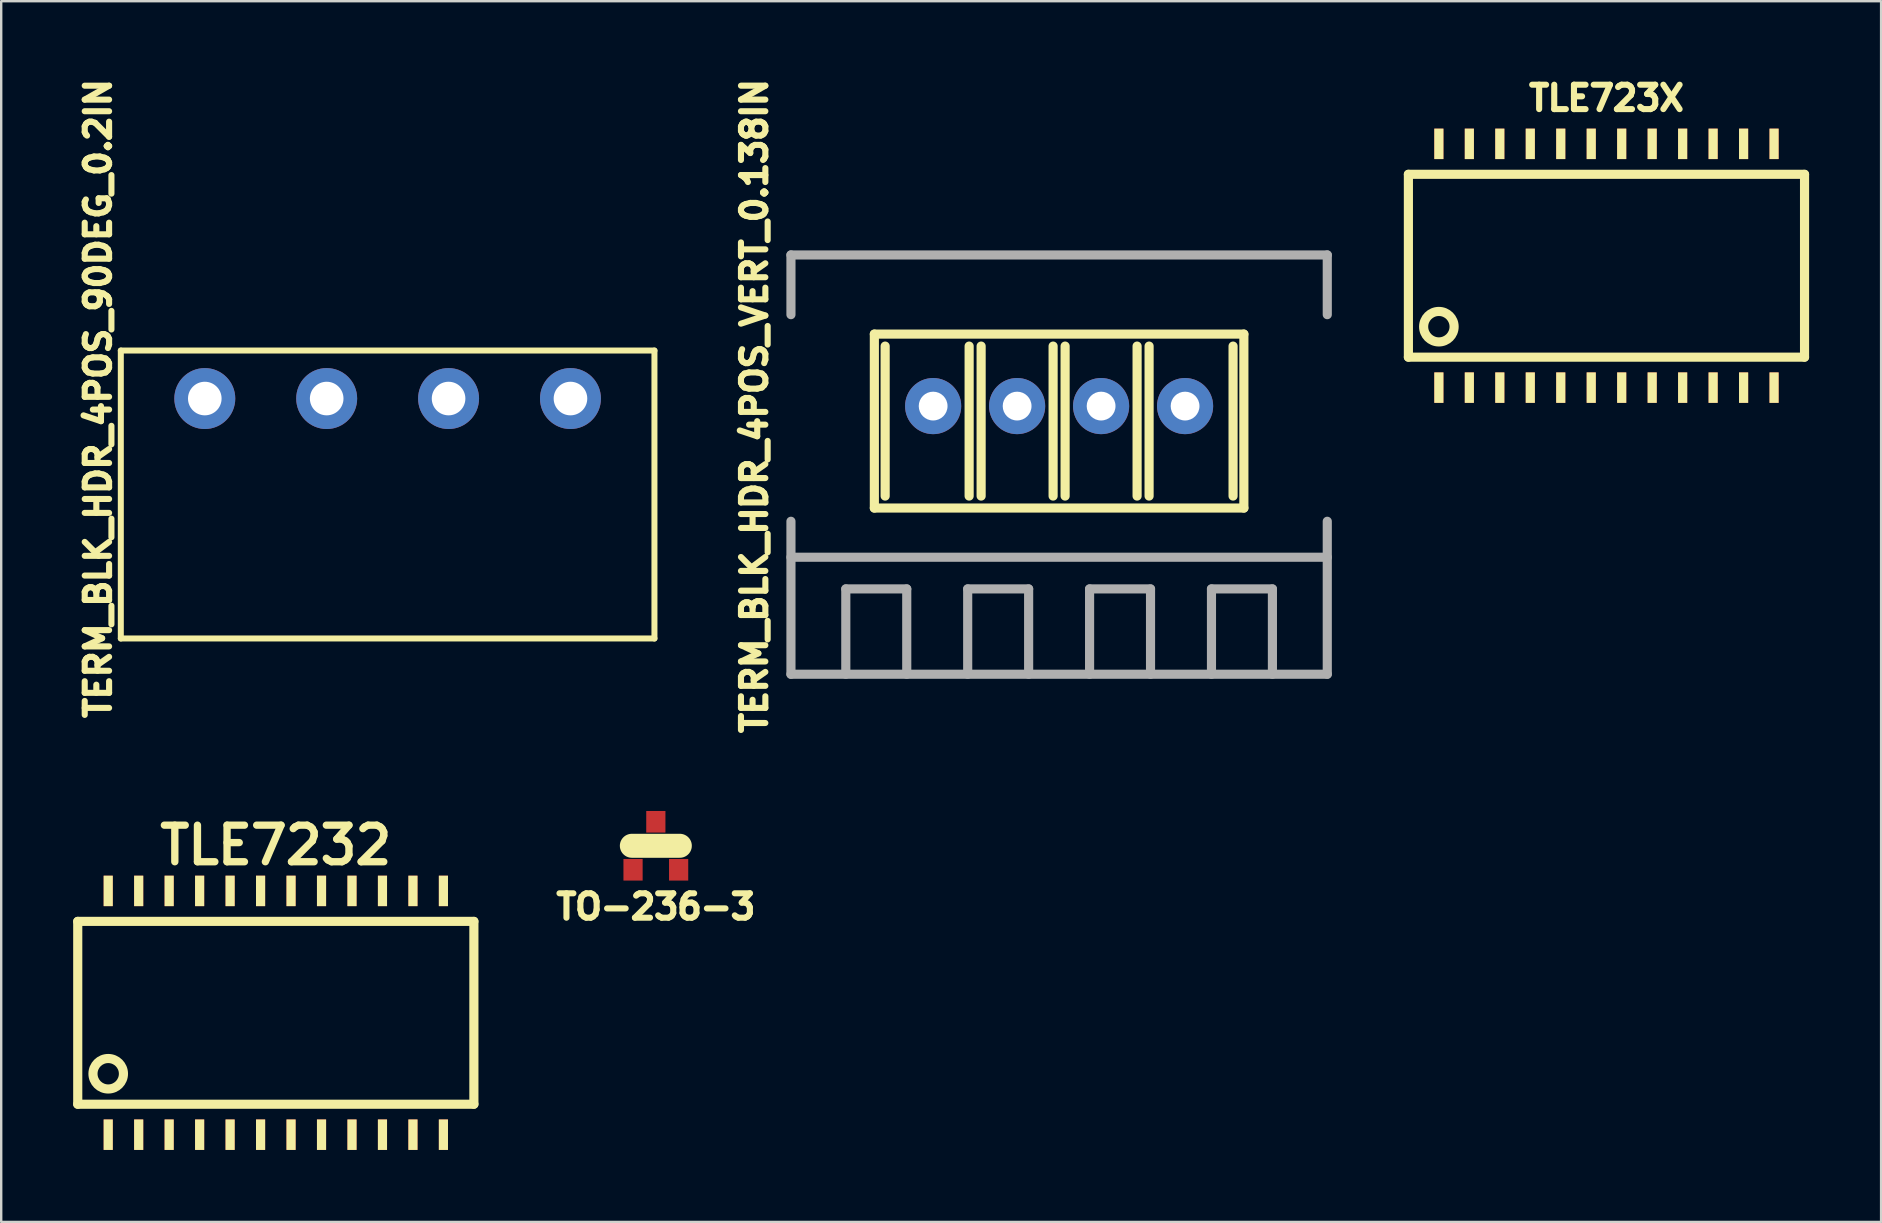
<source format=kicad_pcb>
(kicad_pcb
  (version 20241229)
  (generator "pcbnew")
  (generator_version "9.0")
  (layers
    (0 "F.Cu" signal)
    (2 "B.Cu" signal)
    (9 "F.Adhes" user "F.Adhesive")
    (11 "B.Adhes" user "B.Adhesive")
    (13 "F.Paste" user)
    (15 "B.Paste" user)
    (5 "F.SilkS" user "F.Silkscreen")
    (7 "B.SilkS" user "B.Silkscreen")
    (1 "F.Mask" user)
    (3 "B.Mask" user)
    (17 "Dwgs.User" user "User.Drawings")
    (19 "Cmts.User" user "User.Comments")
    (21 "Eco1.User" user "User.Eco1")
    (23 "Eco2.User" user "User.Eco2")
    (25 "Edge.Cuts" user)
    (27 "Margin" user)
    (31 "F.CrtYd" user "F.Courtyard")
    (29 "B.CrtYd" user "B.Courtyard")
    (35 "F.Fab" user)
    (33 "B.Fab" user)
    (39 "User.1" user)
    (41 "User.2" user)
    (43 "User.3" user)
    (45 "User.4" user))
  (footprint "TLE7232"
    (layer "F.Cu")
    (at 8.445 39.16)
    (property "Reference" "TLE7232" (at 0 -6.985 0) (layer "F.SilkS") (effects (font (size 1.524 1.524) (thickness 0.305))))
    (attr through_hole)
    (fp_line (start -8.255 -3.81) (end -8.255 3.81) (stroke (width 0.381) (type solid)) (layer "F.SilkS"))
    (fp_line (start -8.255 3.81) (end 8.255 3.81) (stroke (width 0.381) (type solid)) (layer "F.SilkS"))
    (fp_line (start 8.255 -3.81) (end -8.255 -3.81) (stroke (width 0.381) (type solid)) (layer "F.SilkS"))
    (fp_line (start 8.255 3.81) (end 8.255 -3.81) (stroke (width 0.381) (type solid)) (layer "F.SilkS"))
    (fp_circle (center -6.985 2.54) (end -6.985 1.905) (stroke (width 0.381) (type solid)) (fill no) (layer "F.SilkS"))
    (pad "1" smd rect (at -6.985 5.08) (size 0.381 1.27) (layers "F.Cu" "F.Mask" "F.SilkS" "F.Paste"))
    (pad "2" smd rect (at -5.715 5.08) (size 0.381 1.27) (layers "F.Cu" "F.Mask" "F.SilkS" "F.Paste"))
    (pad "3" smd rect (at -4.445 5.08) (size 0.381 1.27) (layers "F.Cu" "F.Mask" "F.SilkS" "F.Paste"))
    (pad "4" smd rect (at -3.175 5.08) (size 0.381 1.27) (layers "F.Cu" "F.Mask" "F.SilkS" "F.Paste"))
    (pad "5" smd rect (at -1.905 5.08) (size 0.381 1.27) (layers "F.Cu" "F.Mask" "F.SilkS" "F.Paste"))
    (pad "6" smd rect (at -0.635 5.08) (size 0.381 1.27) (layers "F.Cu" "F.Mask" "F.SilkS" "F.Paste"))
    (pad "7" smd rect (at 0.635 5.08) (size 0.381 1.27) (layers "F.Cu" "F.Mask" "F.SilkS" "F.Paste"))
    (pad "8" smd rect (at 1.905 5.08) (size 0.381 1.27) (layers "F.Cu" "F.Mask" "F.SilkS" "F.Paste"))
    (pad "9" smd rect (at 3.175 5.08) (size 0.381 1.27) (layers "F.Cu" "F.Mask" "F.SilkS" "F.Paste"))
    (pad "10" smd rect (at 4.445 5.08) (size 0.381 1.27) (layers "F.Cu" "F.Mask" "F.SilkS" "F.Paste"))
    (pad "11" smd rect (at 5.715 5.08) (size 0.381 1.27) (layers "F.Cu" "F.Mask" "F.SilkS" "F.Paste"))
    (pad "12" smd rect (at 6.985 5.08) (size 0.381 1.27) (layers "F.Cu" "F.Mask" "F.SilkS" "F.Paste"))
    (pad "13" smd rect (at 6.985 -5.08) (size 0.381 1.27) (layers "F.Cu" "F.Mask" "F.SilkS" "F.Paste"))
    (pad "14" smd rect (at 5.715 -5.08) (size 0.381 1.27) (layers "F.Cu" "F.Mask" "F.SilkS" "F.Paste"))
    (pad "15" smd rect (at 4.445 -5.08) (size 0.381 1.27) (layers "F.Cu" "F.Mask" "F.SilkS" "F.Paste"))
    (pad "16" smd rect (at 3.175 -5.08) (size 0.381 1.27) (layers "F.Cu" "F.Mask" "F.SilkS" "F.Paste"))
    (pad "17" smd rect (at 1.905 -5.08) (size 0.381 1.27) (layers "F.Cu" "F.Mask" "F.SilkS" "F.Paste"))
    (pad "18" smd rect (at 0.635 -5.08) (size 0.381 1.27) (layers "F.Cu" "F.Mask" "F.SilkS" "F.Paste"))
    (pad "19" smd rect (at -0.635 -5.08) (size 0.381 1.27) (layers "F.Cu" "F.Mask" "F.SilkS" "F.Paste"))
    (pad "20" smd rect (at -1.905 -5.08) (size 0.381 1.27) (layers "F.Cu" "F.Mask" "F.SilkS" "F.Paste"))
    (pad "21" smd rect (at -3.175 -5.08) (size 0.381 1.27) (layers "F.Cu" "F.Mask" "F.SilkS" "F.Paste"))
    (pad "22" smd rect (at -4.445 -5.08) (size 0.381 1.27) (layers "F.Cu" "F.Mask" "F.SilkS" "F.Paste"))
    (pad "23" smd rect (at -5.715 -5.08) (size 0.381 1.27) (layers "F.Cu" "F.Mask" "F.SilkS" "F.Paste"))
    (pad "24" smd rect (at -6.985 -5.08) (size 0.381 1.27) (layers "F.Cu" "F.Mask" "F.SilkS" "F.Paste")))
  (footprint "TERM_BLK_HDR_4POS_VERT_0.138IN"
    (layer "F.Cu")
    (at 41.09 13.874)
    (property "Reference" "TERM_BLK_HDR_4POS_VERT_0.138IN" (at -12.7 0 90) (layer "F.SilkS") (effects (font (size 1.016 1.016) (thickness 0.254))))
    (attr through_hole)
    (fp_line (start -7.7 -3) (end -7.7 4.25) (stroke (width 0.381) (type solid)) (layer "F.SilkS"))
    (fp_line (start -7.25 -2.5) (end -7.25 3.75) (stroke (width 0.381) (type solid)) (layer "F.SilkS"))
    (fp_line (start -3.75 -2.5) (end -3.75 3.75) (stroke (width 0.381) (type solid)) (layer "F.SilkS"))
    (fp_line (start -3.25 -2.5) (end -3.25 3.75) (stroke (width 0.381) (type solid)) (layer "F.SilkS"))
    (fp_line (start -0.25 -2.5) (end -0.25 3.75) (stroke (width 0.381) (type solid)) (layer "F.SilkS"))
    (fp_line (start 0.25 -2.5) (end 0.25 3.75) (stroke (width 0.381) (type solid)) (layer "F.SilkS"))
    (fp_line (start 3.25 -2.5) (end 3.25 3.75) (stroke (width 0.381) (type solid)) (layer "F.SilkS"))
    (fp_line (start 3.75 -2.5) (end 3.75 3.75) (stroke (width 0.381) (type solid)) (layer "F.SilkS"))
    (fp_line (start 7.25 -2.5) (end 7.25 3.75) (stroke (width 0.381) (type solid)) (layer "F.SilkS"))
    (fp_line (start 7.7 -3) (end -7.7 -3) (stroke (width 0.381) (type solid)) (layer "F.SilkS"))
    (fp_line (start 7.7 -3) (end 7.7 4.25) (stroke (width 0.381) (type solid)) (layer "F.SilkS"))
    (fp_line (start 7.7 4.25) (end -7.7 4.25) (stroke (width 0.381) (type solid)) (layer "F.SilkS"))
    (fp_line (start -11.176 -6.299) (end 11.176 -6.299) (stroke (width 0.381) (type solid)) (layer "F.Fab"))
    (fp_line (start -11.176 -3.81) (end -11.176 -6.299) (stroke (width 0.381) (type solid)) (layer "F.Fab"))
    (fp_line (start -11.176 6.299) (end 11.176 6.299) (stroke (width 0.381) (type solid)) (layer "F.Fab"))
    (fp_line (start -11.176 11.176) (end -11.176 4.801) (stroke (width 0.381) (type solid)) (layer "F.Fab"))
    (fp_line (start -8.89 7.62) (end -8.89 11.176) (stroke (width 0.381) (type solid)) (layer "F.Fab"))
    (fp_line (start -8.89 7.62) (end -6.35 7.62) (stroke (width 0.381) (type solid)) (layer "F.Fab"))
    (fp_line (start -6.35 7.62) (end -6.35 11.176) (stroke (width 0.381) (type solid)) (layer "F.Fab"))
    (fp_line (start -3.81 7.62) (end -3.81 11.176) (stroke (width 0.381) (type solid)) (layer "F.Fab"))
    (fp_line (start -1.27 7.62) (end -3.81 7.62) (stroke (width 0.381) (type solid)) (layer "F.Fab"))
    (fp_line (start -1.27 11.176) (end -1.27 7.62) (stroke (width 0.381) (type solid)) (layer "F.Fab"))
    (fp_line (start 1.27 7.62) (end 3.81 7.62) (stroke (width 0.381) (type solid)) (layer "F.Fab"))
    (fp_line (start 1.27 11.176) (end 1.27 7.62) (stroke (width 0.381) (type solid)) (layer "F.Fab"))
    (fp_line (start 3.81 7.62) (end 3.81 11.176) (stroke (width 0.381) (type solid)) (layer "F.Fab"))
    (fp_line (start 6.35 7.62) (end 6.35 11.176) (stroke (width 0.381) (type solid)) (layer "F.Fab"))
    (fp_line (start 6.35 7.62) (end 8.89 7.62) (stroke (width 0.381) (type solid)) (layer "F.Fab"))
    (fp_line (start 8.89 7.62) (end 8.89 11.176) (stroke (width 0.381) (type solid)) (layer "F.Fab"))
    (fp_line (start 11.176 -3.81) (end 11.176 -6.299) (stroke (width 0.381) (type solid)) (layer "F.Fab"))
    (fp_line (start 11.176 4.801) (end 11.176 11.176) (stroke (width 0.381) (type solid)) (layer "F.Fab"))
    (fp_line (start 11.176 11.176) (end -11.176 11.176) (stroke (width 0.381) (type solid)) (layer "F.Fab"))
    (pad "1" thru_hole circle (at 5.25 0) (size 2.34 2.34) (drill 1.2) (layers "*.Cu" "*.Mask"))
    (pad "2" thru_hole circle (at 1.75 0) (size 2.34 2.34) (drill 1.2) (layers "*.Cu" "*.Mask"))
    (pad "3" thru_hole circle (at -1.75 0) (size 2.34 2.34) (drill 1.2) (layers "*.Cu" "*.Mask"))
    (pad "4" thru_hole circle (at -5.25 0) (size 2.34 2.34) (drill 1.2) (layers "*.Cu" "*.Mask")))
  (footprint "TO-236-3"
    (layer "F.Cu")
    (at 24.283 32.199)
    (property "Reference" "TO-236-3" (at 0 2.54 0) (layer "F.SilkS") (effects (font (size 1.016 1.016) (thickness 0.254))))
    (attr through_hole)
    (fp_line (start -1 0) (end 1 0) (stroke (width 1) (type solid)) (layer "F.SilkS"))
    (pad "1" smd rect (at -0.95 1) (size 0.8 0.9) (layers "F.Cu" "F.Mask"))
    (pad "2" smd rect (at 0.95 1) (size 0.8 0.9) (layers "F.Cu" "F.Mask"))
    (pad "3" smd rect (at 0 -1) (size 0.8 0.9) (layers "F.Cu" "F.Mask")))
  (footprint "TLE723X"
    (layer "F.Cu")
    (at 63.902 8.025)
    (property "Reference" "TLE723X" (at 0 -6.985 0) (layer "F.SilkS") (effects (font (size 1.016 1.016) (thickness 0.254))))
    (attr through_hole)
    (fp_line (start -8.255 -3.81) (end -8.255 3.81) (stroke (width 0.381) (type solid)) (layer "F.SilkS"))
    (fp_line (start -8.255 3.81) (end 8.255 3.81) (stroke (width 0.381) (type solid)) (layer "F.SilkS"))
    (fp_line (start 8.255 -3.81) (end -8.255 -3.81) (stroke (width 0.381) (type solid)) (layer "F.SilkS"))
    (fp_line (start 8.255 3.81) (end 8.255 -3.81) (stroke (width 0.381) (type solid)) (layer "F.SilkS"))
    (fp_circle (center -6.985 2.54) (end -6.985 1.905) (stroke (width 0.381) (type solid)) (fill no) (layer "F.SilkS"))
    (pad "1" smd rect (at -6.985 5.08) (size 0.381 1.27) (layers "F.Cu" "F.Mask" "F.SilkS" "F.Paste"))
    (pad "2" smd rect (at -5.715 5.08) (size 0.381 1.27) (layers "F.Cu" "F.Mask" "F.SilkS" "F.Paste"))
    (pad "3" smd rect (at -4.445 5.08) (size 0.381 1.27) (layers "F.Cu" "F.Mask" "F.SilkS" "F.Paste"))
    (pad "4" smd rect (at -3.175 5.08) (size 0.381 1.27) (layers "F.Cu" "F.Mask" "F.SilkS" "F.Paste"))
    (pad "5" smd rect (at -1.905 5.08) (size 0.381 1.27) (layers "F.Cu" "F.Mask" "F.SilkS" "F.Paste"))
    (pad "6" smd rect (at -0.635 5.08) (size 0.381 1.27) (layers "F.Cu" "F.Mask" "F.SilkS" "F.Paste"))
    (pad "7" smd rect (at 0.635 5.08) (size 0.381 1.27) (layers "F.Cu" "F.Mask" "F.SilkS" "F.Paste"))
    (pad "8" smd rect (at 1.905 5.08) (size 0.381 1.27) (layers "F.Cu" "F.Mask" "F.SilkS" "F.Paste"))
    (pad "9" smd rect (at 3.175 5.08) (size 0.381 1.27) (layers "F.Cu" "F.Mask" "F.SilkS" "F.Paste"))
    (pad "10" smd rect (at 4.445 5.08) (size 0.381 1.27) (layers "F.Cu" "F.Mask" "F.SilkS" "F.Paste"))
    (pad "11" smd rect (at 5.715 5.08) (size 0.381 1.27) (layers "F.Cu" "F.Mask" "F.SilkS" "F.Paste"))
    (pad "12" smd rect (at 6.985 5.08) (size 0.381 1.27) (layers "F.Cu" "F.Mask" "F.SilkS" "F.Paste"))
    (pad "13" smd rect (at 6.985 -5.08) (size 0.381 1.27) (layers "F.Cu" "F.Mask" "F.SilkS" "F.Paste"))
    (pad "14" smd rect (at 5.715 -5.08) (size 0.381 1.27) (layers "F.Cu" "F.Mask" "F.SilkS" "F.Paste"))
    (pad "15" smd rect (at 4.445 -5.08) (size 0.381 1.27) (layers "F.Cu" "F.Mask" "F.SilkS" "F.Paste"))
    (pad "16" smd rect (at 3.175 -5.08) (size 0.381 1.27) (layers "F.Cu" "F.Mask" "F.SilkS" "F.Paste"))
    (pad "17" smd rect (at 1.905 -5.08) (size 0.381 1.27) (layers "F.Cu" "F.Mask" "F.SilkS" "F.Paste"))
    (pad "18" smd rect (at 0.635 -5.08) (size 0.381 1.27) (layers "F.Cu" "F.Mask" "F.SilkS" "F.Paste"))
    (pad "19" smd rect (at -0.635 -5.08) (size 0.381 1.27) (layers "F.Cu" "F.Mask" "F.SilkS" "F.Paste"))
    (pad "20" smd rect (at -1.905 -5.08) (size 0.381 1.27) (layers "F.Cu" "F.Mask" "F.SilkS" "F.Paste"))
    (pad "21" smd rect (at -3.175 -5.08) (size 0.381 1.27) (layers "F.Cu" "F.Mask" "F.SilkS" "F.Paste"))
    (pad "22" smd rect (at -4.445 -5.08) (size 0.381 1.27) (layers "F.Cu" "F.Mask" "F.SilkS" "F.Paste"))
    (pad "23" smd rect (at -5.715 -5.08) (size 0.381 1.27) (layers "F.Cu" "F.Mask" "F.SilkS" "F.Paste"))
    (pad "24" smd rect (at -6.985 -5.08) (size 0.381 1.27) (layers "F.Cu" "F.Mask" "F.SilkS" "F.Paste")))
  (footprint "TERM_BLK_HDR_4POS_90DEG_0.2IN"
    (layer "F.Cu")
    (at 13.105 13.56)
    (property "Reference" "TERM_BLK_HDR_4POS_90DEG_0.2IN" (at -12.065 0 90) (layer "F.SilkS") (effects (font (size 1.016 1.016) (thickness 0.254))))
    (attr through_hole)
    (fp_line (start -11.12 -2) (end -11.12 10) (stroke (width 0.25) (type solid)) (layer "F.SilkS"))
    (fp_line (start -11.12 -2) (end 11.12 -2) (stroke (width 0.25) (type solid)) (layer "F.SilkS"))
    (fp_line (start -11.12 10) (end 11.12 10) (stroke (width 0.25) (type solid)) (layer "F.SilkS"))
    (fp_line (start 11.12 -2) (end 11.12 10) (stroke (width 0.25) (type solid)) (layer "F.SilkS"))
    (pad "1" thru_hole circle (at 7.62 0) (size 2.54 2.54) (drill 1.4) (layers "*.Cu" "*.Mask"))
    (pad "2" thru_hole circle (at 2.54 0) (size 2.54 2.54) (drill 1.4) (layers "*.Cu" "*.Mask"))
    (pad "3" thru_hole circle (at -2.54 0) (size 2.54 2.54) (drill 1.4) (layers "*.Cu" "*.Mask"))
    (pad "4" thru_hole circle (at -7.62 0) (size 2.54 2.54) (drill 1.4) (layers "*.Cu" "*.Mask")))
  (gr_rect
    (start -3 -3)
    (end 75.348 47.875)
    (stroke (width 0.1) (type default))
    (fill no)
    (layer "Edge.Cuts")))
</source>
